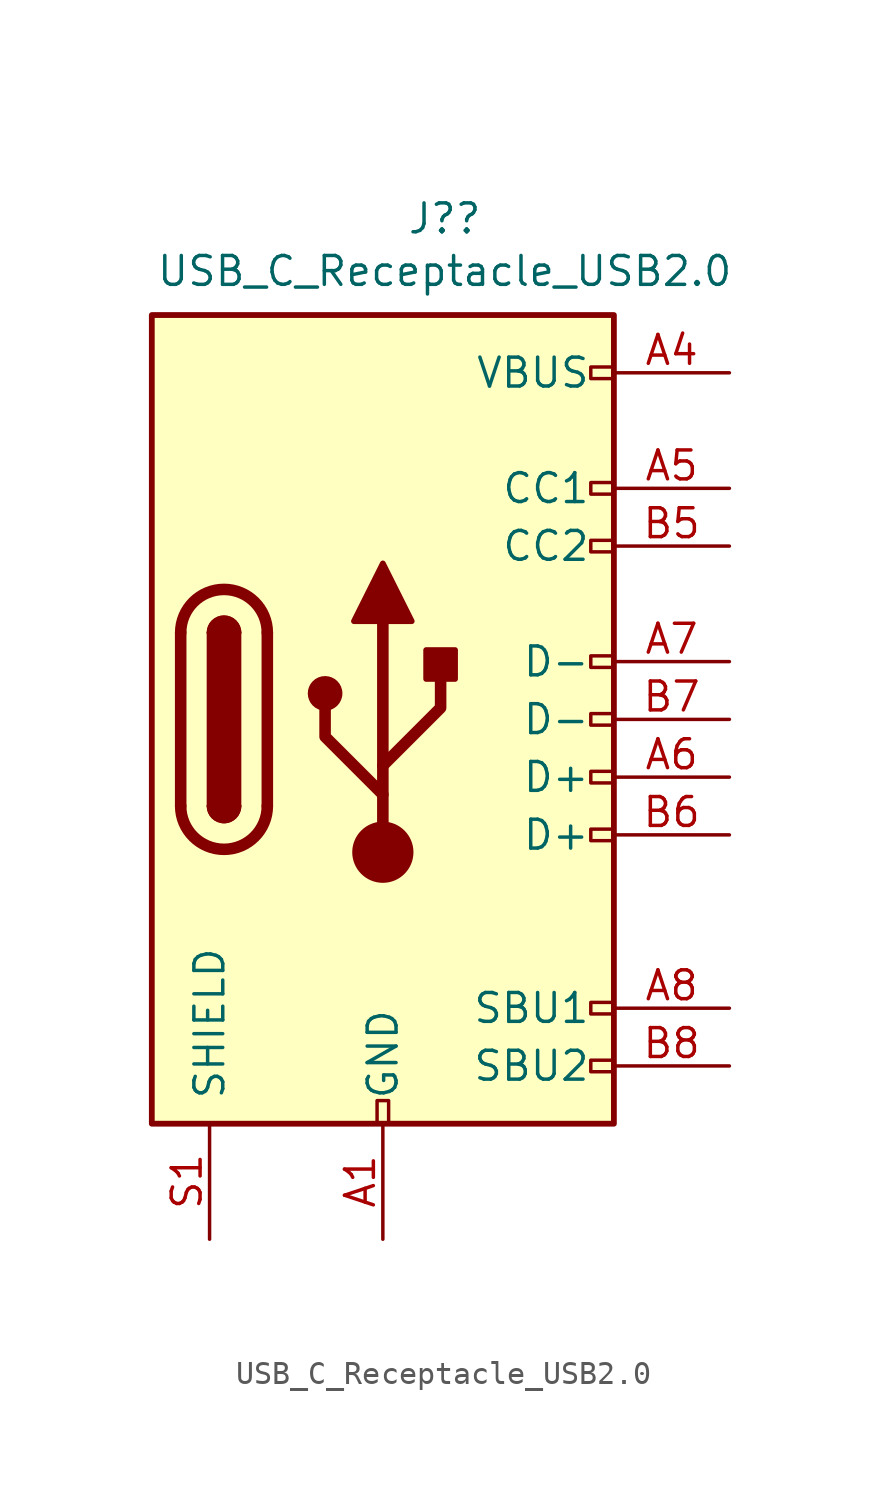
<source format=kicad_sym>
(kicad_symbol_lib
  (version 20211014)
  (generator kicad_symbol_editor)
  (symbol "USB_C_Receptacle_USB2.0"
    (pin_names
      (offset 1.016))
    (property "Reference" "J?"
      (at 2.718 22.022 0)
      (effects (font (size 1.27 1.27))))
    (property "Value" "USB_C_Receptacle_USB2.0"
      (at 2.718 19.71 0)
      (effects (font (size 1.27 1.27))))
    (symbol "USB_C_Receptacle_USB2.0_0_0"
      (rectangle (start -0.254 -17.78) (end 0.254 -16.764) (stroke (width 0) (type default) (color 0 0 0 0)) (fill (type none)))
      (rectangle (start 10.16 -14.986) (end 9.144 -15.494) (stroke (width 0) (type default) (color 0 0 0 0)) (fill (type none)))
      (rectangle (start 10.16 -12.446) (end 9.144 -12.954) (stroke (width 0) (type default) (color 0 0 0 0)) (fill (type none)))
      (rectangle (start 10.16 -4.826) (end 9.144 -5.334) (stroke (width 0) (type default) (color 0 0 0 0)) (fill (type none)))
      (rectangle (start 10.16 -2.286) (end 9.144 -2.794) (stroke (width 0) (type default) (color 0 0 0 0)) (fill (type none)))
      (rectangle (start 10.16 0.254) (end 9.144 -0.254) (stroke (width 0) (type default) (color 0 0 0 0)) (fill (type none)))
      (rectangle (start 10.16 2.794) (end 9.144 2.286) (stroke (width 0) (type default) (color 0 0 0 0)) (fill (type none)))
      (rectangle (start 10.16 7.874) (end 9.144 7.366) (stroke (width 0) (type default) (color 0 0 0 0)) (fill (type none)))
      (rectangle (start 10.16 10.414) (end 9.144 9.906) (stroke (width 0) (type default) (color 0 0 0 0)) (fill (type none)))
      (rectangle (start 10.16 15.494) (end 9.144 14.986) (stroke (width 0) (type default) (color 0 0 0 0)) (fill (type none))))
    (symbol "USB_C_Receptacle_USB2.0_0_1"
      (rectangle (start -10.16 17.78) (end 10.16 -17.78) (stroke (width 0.254) (type default) (color 0 0 0 0)) (fill (type background)))
      (arc (start -8.89 -3.81) (mid -6.985 -5.715) (end -5.08 -3.81) (stroke (width 0.508) (type default) (color 0 0 0 0)) (fill (type none)))
      (arc (start -7.62 -3.81) (mid -6.985 -4.445) (end -6.35 -3.81) (stroke (width 0.254) (type default) (color 0 0 0 0)) (fill (type none)))
      (arc (start -7.62 -3.81) (mid -6.985 -4.445) (end -6.35 -3.81) (stroke (width 0.254) (type default) (color 0 0 0 0)) (fill (type outline)))
      (rectangle (start -7.62 -3.81) (end -6.35 3.81) (stroke (width 0.254) (type default) (color 0 0 0 0)) (fill (type outline)))
      (arc (start -6.35 3.81) (mid -6.985 4.445) (end -7.62 3.81) (stroke (width 0.254) (type default) (color 0 0 0 0)) (fill (type none)))
      (arc (start -6.35 3.81) (mid -6.985 4.445) (end -7.62 3.81) (stroke (width 0.254) (type default) (color 0 0 0 0)) (fill (type outline)))
      (arc (start -5.08 3.81) (mid -6.985 5.715) (end -8.89 3.81) (stroke (width 0.508) (type default) (color 0 0 0 0)) (fill (type none)))
      (circle (center -2.54 1.143) (radius 0.635) (stroke (width 0.254) (type default) (color 0 0 0 0)) (fill (type outline)))
      (circle (center 0 -5.842) (radius 1.27) (stroke (width 0) (type default) (color 0 0 0 0)) (fill (type outline)))
      (polyline (pts (xy -8.89 -3.81) (xy -8.89 3.81)) (stroke (width 0.508) (type default) (color 0 0 0 0)) (fill (type none)))
      (polyline (pts (xy -5.08 3.81) (xy -5.08 -3.81)) (stroke (width 0.508) (type default) (color 0 0 0 0)) (fill (type none)))
      (polyline (pts (xy 0 -5.842) (xy 0 4.318)) (stroke (width 0.508) (type default) (color 0 0 0 0)) (fill (type none)))
      (polyline (pts (xy 0 -3.302) (xy -2.54 -0.762) (xy -2.54 0.508)) (stroke (width 0.508) (type default) (color 0 0 0 0)) (fill (type none)))
      (polyline (pts (xy 0 -2.032) (xy 2.54 0.508) (xy 2.54 1.778)) (stroke (width 0.508) (type default) (color 0 0 0 0)) (fill (type none)))
      (polyline (pts (xy -1.27 4.318) (xy 0 6.858) (xy 1.27 4.318) (xy -1.27 4.318)) (stroke (width 0.254) (type default) (color 0 0 0 0)) (fill (type outline)))
      (rectangle (start 1.905 1.778) (end 3.175 3.048) (stroke (width 0.254) (type default) (color 0 0 0 0)) (fill (type outline))))
    (symbol "USB_C_Receptacle_USB2.0_1_1"
      (pin passive line (at 0 -22.86 90) (length 5.08) (name "GND" (effects (font (size 1.27 1.27)))) (number "A1" (effects (font (size 1.27 1.27)))))
      (pin passive line (at 0 -22.86 90) (length 5.08) hide (name "GND" (effects (font (size 1.27 1.27)))) (number "A12" (effects (font (size 1.27 1.27)))))
      (pin passive line (at 15.24 15.24 180) (length 5.08) (name "VBUS" (effects (font (size 1.27 1.27)))) (number "A4" (effects (font (size 1.27 1.27)))))
      (pin bidirectional line (at 15.24 10.16 180) (length 5.08) (name "CC1" (effects (font (size 1.27 1.27)))) (number "A5" (effects (font (size 1.27 1.27)))))
      (pin bidirectional line (at 15.24 -2.54 180) (length 5.08) (name "D+" (effects (font (size 1.27 1.27)))) (number "A6" (effects (font (size 1.27 1.27)))))
      (pin bidirectional line (at 15.24 2.54 180) (length 5.08) (name "D-" (effects (font (size 1.27 1.27)))) (number "A7" (effects (font (size 1.27 1.27)))))
      (pin bidirectional line (at 15.24 -12.7 180) (length 5.08) (name "SBU1" (effects (font (size 1.27 1.27)))) (number "A8" (effects (font (size 1.27 1.27)))))
      (pin passive line (at 15.24 15.24 180) (length 5.08) hide (name "VBUS" (effects (font (size 1.27 1.27)))) (number "A9" (effects (font (size 1.27 1.27)))))
      (pin passive line (at 0 -22.86 90) (length 5.08) hide (name "GND" (effects (font (size 1.27 1.27)))) (number "B1" (effects (font (size 1.27 1.27)))))
      (pin passive line (at 0 -22.86 90) (length 5.08) hide (name "GND" (effects (font (size 1.27 1.27)))) (number "B12" (effects (font (size 1.27 1.27)))))
      (pin passive line (at 15.24 15.24 180) (length 5.08) hide (name "VBUS" (effects (font (size 1.27 1.27)))) (number "B4" (effects (font (size 1.27 1.27)))))
      (pin bidirectional line (at 15.24 7.62 180) (length 5.08) (name "CC2" (effects (font (size 1.27 1.27)))) (number "B5" (effects (font (size 1.27 1.27)))))
      (pin bidirectional line (at 15.24 -5.08 180) (length 5.08) (name "D+" (effects (font (size 1.27 1.27)))) (number "B6" (effects (font (size 1.27 1.27)))))
      (pin bidirectional line (at 15.24 0 180) (length 5.08) (name "D-" (effects (font (size 1.27 1.27)))) (number "B7" (effects (font (size 1.27 1.27)))))
      (pin bidirectional line (at 15.24 -15.24 180) (length 5.08) (name "SBU2" (effects (font (size 1.27 1.27)))) (number "B8" (effects (font (size 1.27 1.27)))))
      (pin passive line (at 15.24 15.24 180) (length 5.08) hide (name "VBUS" (effects (font (size 1.27 1.27)))) (number "B9" (effects (font (size 1.27 1.27)))))
      (pin passive line (at -7.62 -22.86 90) (length 5.08) (name "SHIELD" (effects (font (size 1.27 1.27)))) (number "S1" (effects (font (size 1.27 1.27))))))))
</source>
